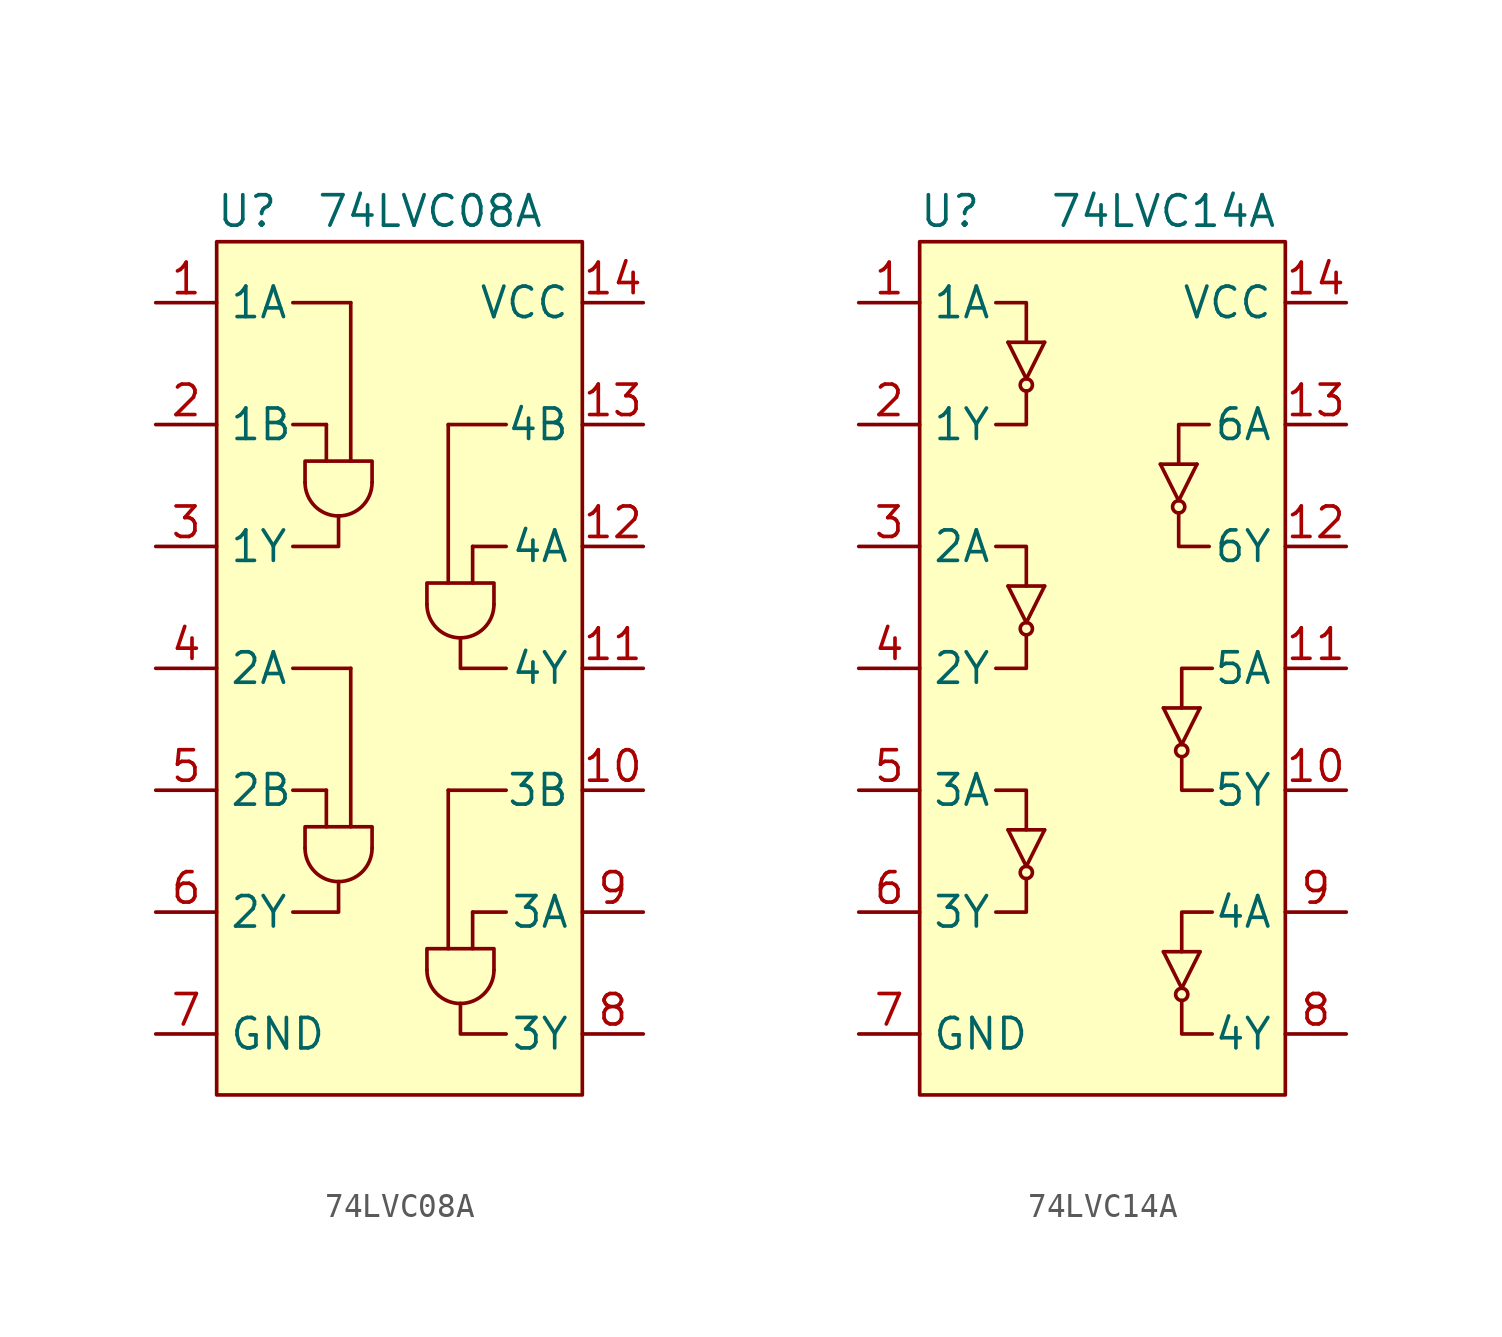
<source format=kicad_sym>
(kicad_symbol_lib
  (version 20211014)
  (generator kicad_symbol_editor)
  (symbol "74LVC08A"
    (property "Reference" "U"
      (at -6.35 19.05 0)
      (effects (font (size 1.27 1.27))))
    (property "Value" "74LVC08A"
      (at 1.27 19.05 0)
      (effects (font (size 1.27 1.27))))
    (symbol "74LVC08A_0_1"
      (rectangle (start -7.62 17.78) (end 7.62 -17.78) (stroke (width 0) (type default) (color 0 0 0 0)) (fill (type background)))
      (arc (start -3.937 -7.493) (mid -3.5278 -8.4808) (end -2.54 -8.89) (stroke (width 0) (type default) (color 0 0 0 0)) (fill (type none)))
      (arc (start -3.937 7.747) (mid -3.5278 6.7592) (end -2.54 6.35) (stroke (width 0) (type default) (color 0 0 0 0)) (fill (type none)))
      (arc (start -2.54 -8.89) (mid -1.5522 -8.4808) (end -1.143 -7.493) (stroke (width 0) (type default) (color 0 0 0 0)) (fill (type none)))
      (arc (start -2.54 6.35) (mid -1.5522 6.7592) (end -1.143 7.747) (stroke (width 0) (type default) (color 0 0 0 0)) (fill (type none)))
      (polyline (pts (xy -3.048 -5.08) (xy -4.445 -5.08)) (stroke (width 0) (type default) (color 0 0 0 0)) (fill (type none)))
      (polyline (pts (xy -3.048 -5.08) (xy -3.048 -6.604)) (stroke (width 0) (type default) (color 0 0 0 0)) (fill (type none)))
      (polyline (pts (xy -3.048 10.16) (xy -4.445 10.16)) (stroke (width 0) (type default) (color 0 0 0 0)) (fill (type none)))
      (polyline (pts (xy -3.048 10.16) (xy -3.048 8.636)) (stroke (width 0) (type default) (color 0 0 0 0)) (fill (type none)))
      (polyline (pts (xy -2.032 0) (xy -4.445 0)) (stroke (width 0) (type default) (color 0 0 0 0)) (fill (type none)))
      (polyline (pts (xy -2.032 0) (xy -2.032 -6.604)) (stroke (width 0) (type default) (color 0 0 0 0)) (fill (type none)))
      (polyline (pts (xy -2.032 15.24) (xy -4.445 15.24)) (stroke (width 0) (type default) (color 0 0 0 0)) (fill (type none)))
      (polyline (pts (xy -2.032 15.24) (xy -2.032 8.636)) (stroke (width 0) (type default) (color 0 0 0 0)) (fill (type none)))
      (polyline (pts (xy 2.032 -5.08) (xy 2.032 -11.684)) (stroke (width 0) (type default) (color 0 0 0 0)) (fill (type none)))
      (polyline (pts (xy 2.032 -5.08) (xy 4.445 -5.08)) (stroke (width 0) (type default) (color 0 0 0 0)) (fill (type none)))
      (polyline (pts (xy 2.032 10.16) (xy 2.032 3.556)) (stroke (width 0) (type default) (color 0 0 0 0)) (fill (type none)))
      (polyline (pts (xy 2.032 10.16) (xy 4.445 10.16)) (stroke (width 0) (type default) (color 0 0 0 0)) (fill (type none)))
      (polyline (pts (xy 3.048 -10.16) (xy 3.048 -11.684)) (stroke (width 0) (type default) (color 0 0 0 0)) (fill (type none)))
      (polyline (pts (xy 3.048 -10.16) (xy 4.445 -10.16)) (stroke (width 0) (type default) (color 0 0 0 0)) (fill (type none)))
      (polyline (pts (xy 3.048 5.08) (xy 3.048 3.556)) (stroke (width 0) (type default) (color 0 0 0 0)) (fill (type none)))
      (polyline (pts (xy 3.048 5.08) (xy 4.445 5.08)) (stroke (width 0) (type default) (color 0 0 0 0)) (fill (type none)))
      (polyline (pts (xy -4.445 -10.16) (xy -2.54 -10.16) (xy -2.54 -8.89)) (stroke (width 0) (type default) (color 0 0 0 0)) (fill (type none)))
      (polyline (pts (xy -4.445 5.08) (xy -2.54 5.08) (xy -2.54 6.35)) (stroke (width 0) (type default) (color 0 0 0 0)) (fill (type none)))
      (polyline (pts (xy 4.445 -15.24) (xy 2.54 -15.24) (xy 2.54 -13.97)) (stroke (width 0) (type default) (color 0 0 0 0)) (fill (type none)))
      (polyline (pts (xy 4.445 0) (xy 2.54 0) (xy 2.54 1.27)) (stroke (width 0) (type default) (color 0 0 0 0)) (fill (type none)))
      (polyline (pts (xy -3.937 -7.493) (xy -3.937 -6.604) (xy -1.143 -6.604) (xy -1.143 -7.493)) (stroke (width 0) (type default) (color 0 0 0 0)) (fill (type none)))
      (polyline (pts (xy -3.937 7.747) (xy -3.937 8.636) (xy -1.143 8.636) (xy -1.143 7.747)) (stroke (width 0) (type default) (color 0 0 0 0)) (fill (type none)))
      (polyline (pts (xy 1.143 -12.573) (xy 1.143 -11.684) (xy 3.937 -11.684) (xy 3.937 -12.573)) (stroke (width 0) (type default) (color 0 0 0 0)) (fill (type none)))
      (polyline (pts (xy 1.143 2.667) (xy 1.143 3.556) (xy 3.937 3.556) (xy 3.937 2.667)) (stroke (width 0) (type default) (color 0 0 0 0)) (fill (type none)))
      (arc (start 1.143 -12.573) (mid 1.5522 -13.5608) (end 2.54 -13.97) (stroke (width 0) (type default) (color 0 0 0 0)) (fill (type none)))
      (arc (start 1.143 2.667) (mid 1.5522 1.6792) (end 2.54 1.27) (stroke (width 0) (type default) (color 0 0 0 0)) (fill (type none)))
      (arc (start 2.54 -13.97) (mid 3.5278 -13.5608) (end 3.937 -12.573) (stroke (width 0) (type default) (color 0 0 0 0)) (fill (type none)))
      (arc (start 2.54 1.27) (mid 3.5278 1.6792) (end 3.937 2.667) (stroke (width 0) (type default) (color 0 0 0 0)) (fill (type none))))
    (symbol "74LVC08A_1_1"
      (pin input line (at -10.16 15.24 0) (length 2.54) (name "1A" (effects (font (size 1.27 1.27)))) (number "1" (effects (font (size 1.27 1.27)))))
      (pin input line (at 10.16 -5.08 180) (length 2.54) (name "3B" (effects (font (size 1.27 1.27)))) (number "10" (effects (font (size 1.27 1.27)))))
      (pin output line (at 10.16 0 180) (length 2.54) (name "4Y" (effects (font (size 1.27 1.27)))) (number "11" (effects (font (size 1.27 1.27)))))
      (pin input line (at 10.16 5.08 180) (length 2.54) (name "4A" (effects (font (size 1.27 1.27)))) (number "12" (effects (font (size 1.27 1.27)))))
      (pin input line (at 10.16 10.16 180) (length 2.54) (name "4B" (effects (font (size 1.27 1.27)))) (number "13" (effects (font (size 1.27 1.27)))))
      (pin power_in line (at 10.16 15.24 180) (length 2.54) (name "VCC" (effects (font (size 1.27 1.27)))) (number "14" (effects (font (size 1.27 1.27)))))
      (pin input line (at -10.16 10.16 0) (length 2.54) (name "1B" (effects (font (size 1.27 1.27)))) (number "2" (effects (font (size 1.27 1.27)))))
      (pin output line (at -10.16 5.08 0) (length 2.54) (name "1Y" (effects (font (size 1.27 1.27)))) (number "3" (effects (font (size 1.27 1.27)))))
      (pin input line (at -10.16 0 0) (length 2.54) (name "2A" (effects (font (size 1.27 1.27)))) (number "4" (effects (font (size 1.27 1.27)))))
      (pin input line (at -10.16 -5.08 0) (length 2.54) (name "2B" (effects (font (size 1.27 1.27)))) (number "5" (effects (font (size 1.27 1.27)))))
      (pin output line (at -10.16 -10.16 0) (length 2.54) (name "2Y" (effects (font (size 1.27 1.27)))) (number "6" (effects (font (size 1.27 1.27)))))
      (pin power_in line (at -10.16 -15.24 0) (length 2.54) (name "GND" (effects (font (size 1.27 1.27)))) (number "7" (effects (font (size 1.27 1.27)))))
      (pin output line (at 10.16 -15.24 180) (length 2.54) (name "3Y" (effects (font (size 1.27 1.27)))) (number "8" (effects (font (size 1.27 1.27)))))
      (pin input line (at 10.16 -10.16 180) (length 2.54) (name "3A" (effects (font (size 1.27 1.27)))) (number "9" (effects (font (size 1.27 1.27)))))))
  (symbol "74LVC14A"
    (property "Reference" "U"
      (at -6.35 19.05 0)
      (effects (font (size 1.27 1.27))))
    (property "Value" "74LVC14A"
      (at 2.54 19.05 0)
      (effects (font (size 1.27 1.27))))
    (symbol "74LVC14A_0_1"
      (rectangle (start -7.62 17.78) (end 7.62 -17.78) (stroke (width 0) (type default) (color 0 0 0 0)) (fill (type background)))
      (circle (center -3.175 -8.509) (radius 0.254) (stroke (width 0) (type default) (color 0 0 0 0)) (fill (type none)))
      (circle (center -3.175 1.651) (radius 0.254) (stroke (width 0) (type default) (color 0 0 0 0)) (fill (type none)))
      (circle (center -3.175 11.811) (radius 0.254) (stroke (width 0) (type default) (color 0 0 0 0)) (fill (type none)))
      (polyline (pts (xy -3.937 -6.731) (xy -2.413 -6.731)) (stroke (width 0) (type default) (color 0 0 0 0)) (fill (type none)))
      (polyline (pts (xy -3.937 3.429) (xy -2.413 3.429)) (stroke (width 0) (type default) (color 0 0 0 0)) (fill (type none)))
      (polyline (pts (xy -3.937 13.589) (xy -2.413 13.589)) (stroke (width 0) (type default) (color 0 0 0 0)) (fill (type none)))
      (polyline (pts (xy 3.937 8.509) (xy 2.413 8.509)) (stroke (width 0) (type default) (color 0 0 0 0)) (fill (type none)))
      (polyline (pts (xy 4.064 -11.811) (xy 2.54 -11.811)) (stroke (width 0) (type default) (color 0 0 0 0)) (fill (type none)))
      (polyline (pts (xy 4.064 -1.651) (xy 2.54 -1.651)) (stroke (width 0) (type default) (color 0 0 0 0)) (fill (type none)))
      (polyline (pts (xy -4.445 -10.16) (xy -3.175 -10.16) (xy -3.175 -8.763)) (stroke (width 0) (type default) (color 0 0 0 0)) (fill (type none)))
      (polyline (pts (xy -4.445 -5.08) (xy -3.175 -5.08) (xy -3.175 -6.731)) (stroke (width 0) (type default) (color 0 0 0 0)) (fill (type none)))
      (polyline (pts (xy -4.445 0) (xy -3.175 0) (xy -3.175 1.397)) (stroke (width 0) (type default) (color 0 0 0 0)) (fill (type none)))
      (polyline (pts (xy -4.445 5.08) (xy -3.175 5.08) (xy -3.175 3.429)) (stroke (width 0) (type default) (color 0 0 0 0)) (fill (type none)))
      (polyline (pts (xy -4.445 10.16) (xy -3.175 10.16) (xy -3.175 11.557)) (stroke (width 0) (type default) (color 0 0 0 0)) (fill (type none)))
      (polyline (pts (xy -4.445 15.24) (xy -3.175 15.24) (xy -3.175 13.589)) (stroke (width 0) (type default) (color 0 0 0 0)) (fill (type none)))
      (polyline (pts (xy -2.413 -6.731) (xy -3.175 -8.255) (xy -3.937 -6.731)) (stroke (width 0) (type default) (color 0 0 0 0)) (fill (type none)))
      (polyline (pts (xy -2.413 3.429) (xy -3.175 1.905) (xy -3.937 3.429)) (stroke (width 0) (type default) (color 0 0 0 0)) (fill (type none)))
      (polyline (pts (xy -2.413 13.589) (xy -3.175 12.065) (xy -3.937 13.589)) (stroke (width 0) (type default) (color 0 0 0 0)) (fill (type none)))
      (polyline (pts (xy 2.413 8.509) (xy 3.175 6.985) (xy 3.937 8.509)) (stroke (width 0) (type default) (color 0 0 0 0)) (fill (type none)))
      (polyline (pts (xy 2.54 -11.811) (xy 3.302 -13.335) (xy 4.064 -11.811)) (stroke (width 0) (type default) (color 0 0 0 0)) (fill (type none)))
      (polyline (pts (xy 2.54 -1.651) (xy 3.302 -3.175) (xy 4.064 -1.651)) (stroke (width 0) (type default) (color 0 0 0 0)) (fill (type none)))
      (polyline (pts (xy 4.445 5.08) (xy 3.175 5.08) (xy 3.175 6.477)) (stroke (width 0) (type default) (color 0 0 0 0)) (fill (type none)))
      (polyline (pts (xy 4.445 10.16) (xy 3.175 10.16) (xy 3.175 8.509)) (stroke (width 0) (type default) (color 0 0 0 0)) (fill (type none)))
      (polyline (pts (xy 4.572 -15.24) (xy 3.302 -15.24) (xy 3.302 -13.843)) (stroke (width 0) (type default) (color 0 0 0 0)) (fill (type none)))
      (polyline (pts (xy 4.572 -10.16) (xy 3.302 -10.16) (xy 3.302 -11.811)) (stroke (width 0) (type default) (color 0 0 0 0)) (fill (type none)))
      (polyline (pts (xy 4.572 -5.08) (xy 3.302 -5.08) (xy 3.302 -3.683)) (stroke (width 0) (type default) (color 0 0 0 0)) (fill (type none)))
      (polyline (pts (xy 4.572 0) (xy 3.302 0) (xy 3.302 -1.651)) (stroke (width 0) (type default) (color 0 0 0 0)) (fill (type none)))
      (circle (center 3.175 6.731) (radius 0.254) (stroke (width 0) (type default) (color 0 0 0 0)) (fill (type none)))
      (circle (center 3.302 -13.589) (radius 0.254) (stroke (width 0) (type default) (color 0 0 0 0)) (fill (type none)))
      (circle (center 3.302 -3.429) (radius 0.254) (stroke (width 0) (type default) (color 0 0 0 0)) (fill (type none))))
    (symbol "74LVC14A_1_1"
      (pin input line (at -10.16 15.24 0) (length 2.54) (name "1A" (effects (font (size 1.27 1.27)))) (number "1" (effects (font (size 1.27 1.27)))))
      (pin output line (at 10.16 -5.08 180) (length 2.54) (name "5Y" (effects (font (size 1.27 1.27)))) (number "10" (effects (font (size 1.27 1.27)))))
      (pin input line (at 10.16 0 180) (length 2.54) (name "5A" (effects (font (size 1.27 1.27)))) (number "11" (effects (font (size 1.27 1.27)))))
      (pin output line (at 10.16 5.08 180) (length 2.54) (name "6Y" (effects (font (size 1.27 1.27)))) (number "12" (effects (font (size 1.27 1.27)))))
      (pin input line (at 10.16 10.16 180) (length 2.54) (name "6A" (effects (font (size 1.27 1.27)))) (number "13" (effects (font (size 1.27 1.27)))))
      (pin power_in line (at 10.16 15.24 180) (length 2.54) (name "VCC" (effects (font (size 1.27 1.27)))) (number "14" (effects (font (size 1.27 1.27)))))
      (pin output line (at -10.16 10.16 0) (length 2.54) (name "1Y" (effects (font (size 1.27 1.27)))) (number "2" (effects (font (size 1.27 1.27)))))
      (pin input line (at -10.16 5.08 0) (length 2.54) (name "2A" (effects (font (size 1.27 1.27)))) (number "3" (effects (font (size 1.27 1.27)))))
      (pin output line (at -10.16 0 0) (length 2.54) (name "2Y" (effects (font (size 1.27 1.27)))) (number "4" (effects (font (size 1.27 1.27)))))
      (pin input line (at -10.16 -5.08 0) (length 2.54) (name "3A" (effects (font (size 1.27 1.27)))) (number "5" (effects (font (size 1.27 1.27)))))
      (pin output line (at -10.16 -10.16 0) (length 2.54) (name "3Y" (effects (font (size 1.27 1.27)))) (number "6" (effects (font (size 1.27 1.27)))))
      (pin power_in line (at -10.16 -15.24 0) (length 2.54) (name "GND" (effects (font (size 1.27 1.27)))) (number "7" (effects (font (size 1.27 1.27)))))
      (pin output line (at 10.16 -15.24 180) (length 2.54) (name "4Y" (effects (font (size 1.27 1.27)))) (number "8" (effects (font (size 1.27 1.27)))))
      (pin input line (at 10.16 -10.16 180) (length 2.54) (name "4A" (effects (font (size 1.27 1.27)))) (number "9" (effects (font (size 1.27 1.27))))))))
</source>
